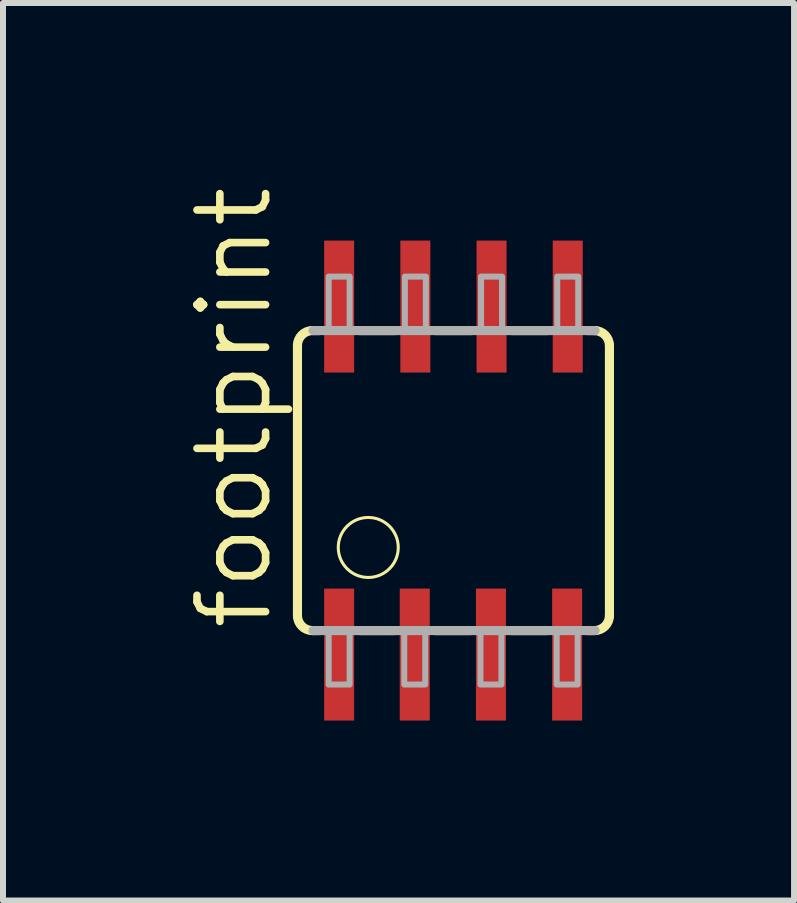
<source format=kicad_pcb>
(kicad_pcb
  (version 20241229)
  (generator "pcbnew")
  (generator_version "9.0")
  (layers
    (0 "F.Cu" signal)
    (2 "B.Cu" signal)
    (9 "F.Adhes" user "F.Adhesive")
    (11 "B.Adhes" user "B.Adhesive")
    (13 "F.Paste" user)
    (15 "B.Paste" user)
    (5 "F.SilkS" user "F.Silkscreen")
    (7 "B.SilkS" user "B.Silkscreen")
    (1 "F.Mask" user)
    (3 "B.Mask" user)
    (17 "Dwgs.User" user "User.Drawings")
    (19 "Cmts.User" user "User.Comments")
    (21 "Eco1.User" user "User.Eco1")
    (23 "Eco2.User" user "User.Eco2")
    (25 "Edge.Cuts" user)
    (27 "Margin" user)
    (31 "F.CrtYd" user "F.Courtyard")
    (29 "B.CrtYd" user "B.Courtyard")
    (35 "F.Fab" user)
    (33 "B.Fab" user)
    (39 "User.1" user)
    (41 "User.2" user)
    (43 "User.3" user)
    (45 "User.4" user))
  (footprint "footprint"
    (layer "F.Cu")
    (at 4.508 4.96)
    (property "Reference" "footprint" (at -2.985 2.54 90) (layer "F.SilkS") (effects (font (size 1.143 1.143) (thickness 0.127)) (justify left bottom)))
    (fp_line (start -2.6 -2.25) (end -2.6 2.24) (stroke (width 0.152) (type solid)) (layer "F.SilkS"))
    (fp_line (start -2.235 -2.5) (end -2.34 -2.5) (stroke (width 0.152) (type solid)) (layer "F.SilkS"))
    (fp_line (start -2.235 2.5) (end -2.34 2.5) (stroke (width 0.152) (type solid)) (layer "F.SilkS"))
    (fp_line (start -1.565 -2.5) (end -0.975 -2.5) (stroke (width 0.152) (type solid)) (layer "F.SilkS"))
    (fp_line (start -0.975 2.5) (end -1.565 2.5) (stroke (width 0.152) (type solid)) (layer "F.SilkS"))
    (fp_line (start -0.295 -2.5) (end 0.295 -2.5) (stroke (width 0.152) (type solid)) (layer "F.SilkS"))
    (fp_line (start 0.295 2.5) (end -0.305 2.5) (stroke (width 0.152) (type solid)) (layer "F.SilkS"))
    (fp_line (start 0.975 -2.5) (end 1.565 -2.5) (stroke (width 0.152) (type solid)) (layer "F.SilkS"))
    (fp_line (start 1.565 2.5) (end 0.965 2.5) (stroke (width 0.152) (type solid)) (layer "F.SilkS"))
    (fp_line (start 2.225 2.5) (end 2.33 2.5) (stroke (width 0.152) (type solid)) (layer "F.SilkS"))
    (fp_line (start 2.235 -2.5) (end 2.36 -2.5) (stroke (width 0.152) (type solid)) (layer "F.SilkS"))
    (fp_line (start 2.6 2.25) (end 2.6 -2.25) (stroke (width 0.152) (type solid)) (layer "F.SilkS"))
    (fp_arc (start -2.6 -2.25) (mid -2.526777 -2.426777) (end -2.35 -2.5) (stroke (width 0.1524) (type solid)) (layer "F.SilkS"))
    (fp_arc (start -2.35 2.5) (mid -2.526777 2.426777) (end -2.6 2.25) (stroke (width 0.1524) (type solid)) (layer "F.SilkS"))
    (fp_arc (start 2.35 -2.5) (mid 2.526777 -2.426777) (end 2.6 -2.25) (stroke (width 0.1524) (type solid)) (layer "F.SilkS"))
    (fp_arc (start 2.6 2.25) (mid 2.526777 2.426777) (end 2.35 2.5) (stroke (width 0.1524) (type solid)) (layer "F.SilkS"))
    (fp_circle (center -1.42 1.115) (end -0.92 1.115) (stroke (width 0.051) (type solid)) (fill no) (layer "F.SilkS"))
    (fp_line (start -2.34 -2.5) (end 2.36 -2.5) (stroke (width 0.152) (type solid)) (layer "F.Fab"))
    (fp_line (start 2.36 2.5) (end -2.34 2.5) (stroke (width 0.152) (type solid)) (layer "F.Fab"))
    (fp_poly (pts (xy -2.08 -2.5) (xy -1.73 -2.5) (xy -1.73 -3.4) (xy -2.08 -3.4)) (stroke (width 0.1) (type solid)) (fill no) (layer "F.Fab"))
    (fp_poly (pts (xy -2.08 3.4) (xy -1.73 3.4) (xy -1.73 2.5) (xy -2.08 2.5)) (stroke (width 0.1) (type solid)) (fill no) (layer "F.Fab"))
    (fp_poly (pts (xy -0.82 3.4) (xy -0.47 3.4) (xy -0.47 2.5) (xy -0.82 2.5)) (stroke (width 0.1) (type solid)) (fill no) (layer "F.Fab"))
    (fp_poly (pts (xy -0.81 -2.5) (xy -0.46 -2.5) (xy -0.46 -3.4) (xy -0.81 -3.4)) (stroke (width 0.1) (type solid)) (fill no) (layer "F.Fab"))
    (fp_poly (pts (xy 0.45 3.4) (xy 0.8 3.4) (xy 0.8 2.5) (xy 0.45 2.5)) (stroke (width 0.1) (type solid)) (fill no) (layer "F.Fab"))
    (fp_poly (pts (xy 0.46 -2.5) (xy 0.81 -2.5) (xy 0.81 -3.4) (xy 0.46 -3.4)) (stroke (width 0.1) (type solid)) (fill no) (layer "F.Fab"))
    (fp_poly (pts (xy 1.72 3.4) (xy 2.07 3.4) (xy 2.07 2.5) (xy 1.72 2.5)) (stroke (width 0.1) (type solid)) (fill no) (layer "F.Fab"))
    (fp_poly (pts (xy 1.73 -2.5) (xy 2.08 -2.5) (xy 2.08 -3.4) (xy 1.73 -3.4)) (stroke (width 0.1) (type solid)) (fill no) (layer "F.Fab"))
    (pad "1" smd rect (at -1.905 2.9) (size 0.5 2.2) (layers "F.Cu" "F.Mask" "F.Paste"))
    (pad "2" smd rect (at -0.645 2.9) (size 0.5 2.2) (layers "F.Cu" "F.Mask" "F.Paste"))
    (pad "3" smd rect (at 0.625 2.9) (size 0.5 2.2) (layers "F.Cu" "F.Mask" "F.Paste"))
    (pad "4" smd rect (at 1.895 2.9) (size 0.5 2.2) (layers "F.Cu" "F.Mask" "F.Paste"))
    (pad "5" smd rect (at 1.905 -2.9) (size 0.5 2.2) (layers "F.Cu" "F.Mask" "F.Paste"))
    (pad "6" smd rect (at 0.635 -2.9) (size 0.5 2.2) (layers "F.Cu" "F.Mask" "F.Paste"))
    (pad "7" smd rect (at -0.635 -2.9) (size 0.5 2.2) (layers "F.Cu" "F.Mask" "F.Paste"))
    (pad "8" smd rect (at -1.905 -2.9) (size 0.5 2.2) (layers "F.Cu" "F.Mask" "F.Paste")))
  (gr_rect
    (start -3 -3)
    (end 10.185 11.96)
    (stroke (width 0.1) (type default))
    (fill no)
    (layer "Edge.Cuts")))
</source>
